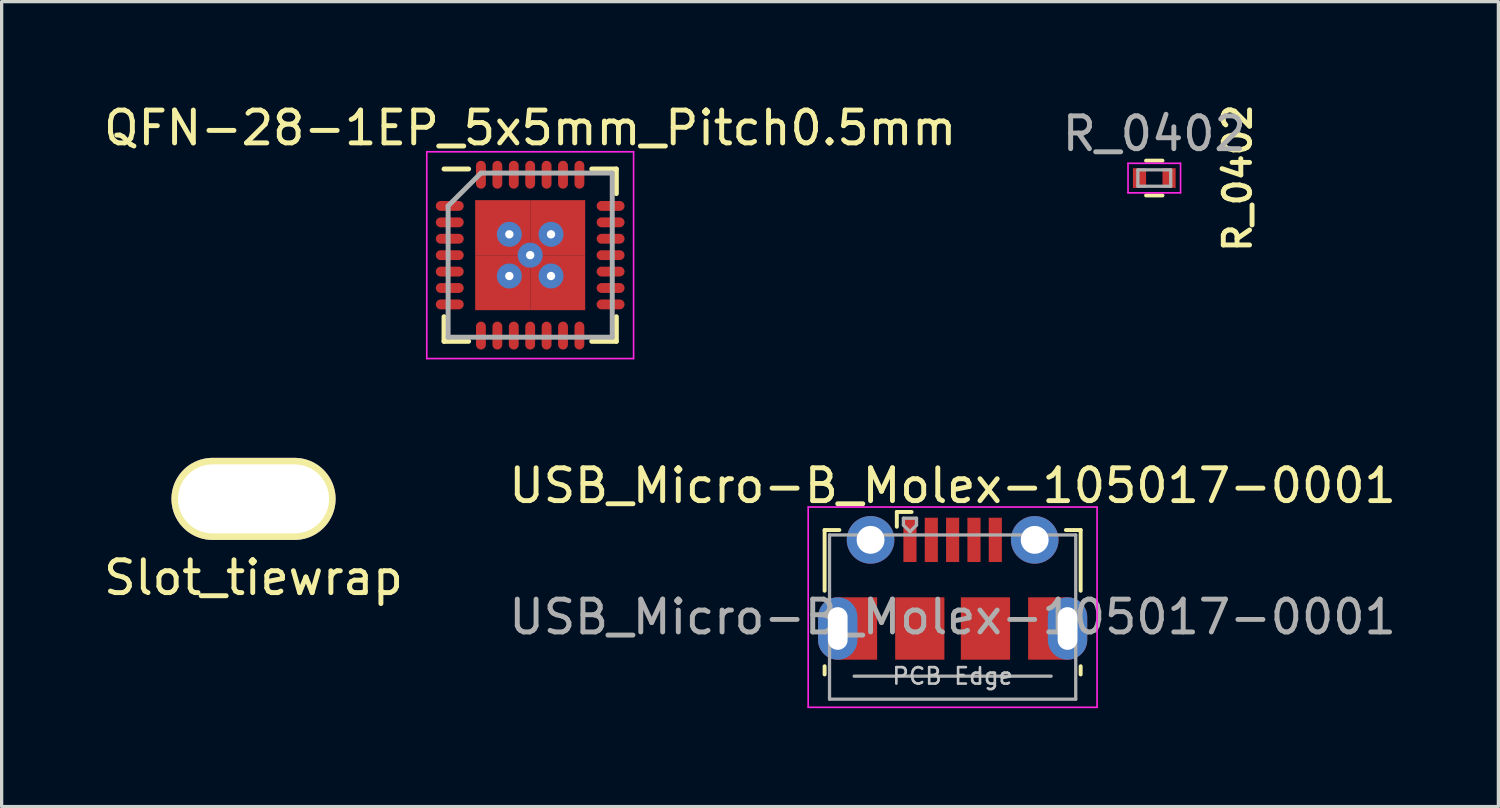
<source format=kicad_pcb>
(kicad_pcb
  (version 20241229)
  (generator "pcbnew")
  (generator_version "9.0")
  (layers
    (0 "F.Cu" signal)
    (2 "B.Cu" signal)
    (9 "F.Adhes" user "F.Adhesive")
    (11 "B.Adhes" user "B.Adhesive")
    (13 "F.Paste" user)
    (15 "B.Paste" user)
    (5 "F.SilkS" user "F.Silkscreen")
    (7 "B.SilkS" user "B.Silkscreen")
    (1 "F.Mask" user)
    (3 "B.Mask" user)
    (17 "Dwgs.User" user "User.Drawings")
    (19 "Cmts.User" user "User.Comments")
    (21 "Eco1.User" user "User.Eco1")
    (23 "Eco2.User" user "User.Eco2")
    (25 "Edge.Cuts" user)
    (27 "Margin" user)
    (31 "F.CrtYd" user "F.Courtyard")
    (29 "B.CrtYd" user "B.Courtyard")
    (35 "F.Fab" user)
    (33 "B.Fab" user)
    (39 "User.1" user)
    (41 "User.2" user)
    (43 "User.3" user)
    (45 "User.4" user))
  (footprint "USB_Micro-B_Molex-105017-0001"
    (layer "F.Cu")
    (at 25.97 15.746)
    (property "Reference" "USB_Micro-B_Molex-105017-0001" (at 0 -4 0) (layer "F.SilkS") (effects (font (size 1 1) (thickness 0.15))))
    (attr smd)
    (fp_line (start -3.9 -2.65) (end -3.45 -2.65) (stroke (width 0.12) (type solid)) (layer "F.SilkS"))
    (fp_line (start -3.9 -0.8) (end -3.9 -2.65) (stroke (width 0.12) (type solid)) (layer "F.SilkS"))
    (fp_line (start -3.9 1.75) (end -3.9 1.5) (stroke (width 0.12) (type solid)) (layer "F.SilkS"))
    (fp_line (start -1.7 -3.2) (end -1.7 -2.75) (stroke (width 0.12) (type solid)) (layer "F.SilkS"))
    (fp_line (start -1.7 -3.2) (end -1.25 -3.2) (stroke (width 0.12) (type solid)) (layer "F.SilkS"))
    (fp_line (start 3.9 -2.65) (end 3.45 -2.65) (stroke (width 0.12) (type solid)) (layer "F.SilkS"))
    (fp_line (start 3.9 -0.8) (end 3.9 -2.65) (stroke (width 0.12) (type solid)) (layer "F.SilkS"))
    (fp_line (start 3.9 1.75) (end 3.9 1.5) (stroke (width 0.12) (type solid)) (layer "F.SilkS"))
    (fp_line (start -4.4 -3.35) (end 4.4 -3.35) (stroke (width 0.05) (type solid)) (layer "F.CrtYd"))
    (fp_line (start -4.4 2.75) (end -4.4 -3.35) (stroke (width 0.05) (type solid)) (layer "F.CrtYd"))
    (fp_line (start -4.4 2.75) (end 4.4 2.75) (stroke (width 0.05) (type solid)) (layer "F.CrtYd"))
    (fp_line (start 4.4 -3.35) (end 4.4 2.75) (stroke (width 0.05) (type solid)) (layer "F.CrtYd"))
    (fp_line (start -3.75 -2.5) (end 3.75 -2.5) (stroke (width 0.1) (type solid)) (layer "F.Fab"))
    (fp_line (start -3.75 2.5) (end -3.75 -2.5) (stroke (width 0.1) (type solid)) (layer "F.Fab"))
    (fp_line (start -3.75 2.502) (end 3.75 2.502) (stroke (width 0.1) (type solid)) (layer "F.Fab"))
    (fp_line (start -3 1.802) (end 3 1.802) (stroke (width 0.1) (type solid)) (layer "F.Fab"))
    (fp_line (start -1.5 -3.01) (end -1.5 -2.8) (stroke (width 0.1) (type solid)) (layer "F.Fab"))
    (fp_line (start -1.5 -3.01) (end -1.1 -3.01) (stroke (width 0.1) (type solid)) (layer "F.Fab"))
    (fp_line (start -1.3 -2.6) (end -1.5 -2.8) (stroke (width 0.1) (type solid)) (layer "F.Fab"))
    (fp_line (start -1.1 -3.01) (end -1.1 -2.8) (stroke (width 0.1) (type solid)) (layer "F.Fab"))
    (fp_line (start -1.1 -2.8) (end -1.3 -2.6) (stroke (width 0.1) (type solid)) (layer "F.Fab"))
    (fp_line (start 3.75 2.5) (end 3.75 -2.5) (stroke (width 0.1) (type solid)) (layer "F.Fab"))
    (fp_text user "PCB Edge" (at 0 1.8 0) (layer "Dwgs.User") (effects (font (size 0.5 0.5) (thickness 0.08))))
    (fp_text user "${REFERENCE}" (at 0 0 0) (layer "F.Fab") (effects (font (size 1 1) (thickness 0.15))))
    (pad "1" smd rect (at -1.3 -2.35) (size 0.4 1.35) (layers "F.Cu" "F.Mask" "F.Paste"))
    (pad "2" smd rect (at -0.65 -2.35) (size 0.4 1.35) (layers "F.Cu" "F.Mask" "F.Paste"))
    (pad "3" smd rect (at 0 -2.35) (size 0.4 1.35) (layers "F.Cu" "F.Mask" "F.Paste"))
    (pad "4" smd rect (at 0.65 -2.35) (size 0.4 1.35) (layers "F.Cu" "F.Mask" "F.Paste"))
    (pad "5" smd rect (at 1.3 -2.35) (size 0.4 1.35) (layers "F.Cu" "F.Mask" "F.Paste"))
    (pad "6" thru_hole oval (at -3.5 0.35 180) (size 1.2 1.9) (drill oval 0.6 1.3) (layers "*.Cu" "*.Mask"))
    (pad "6" smd rect (at -2.9 0.35) (size 1.2 1.9) (layers "F.Cu" "F.Mask"))
    (pad "6" thru_hole circle (at -2.5 -2.35) (size 1.45 1.45) (drill 0.85) (layers "*.Cu" "*.Mask"))
    (pad "6" smd rect (at -1 0.35) (size 1.5 1.9) (layers "F.Cu" "F.Mask" "F.Paste"))
    (pad "6" smd rect (at 1 0.35) (size 1.5 1.9) (layers "F.Cu" "F.Mask" "F.Paste"))
    (pad "6" thru_hole circle (at 2.5 -2.35) (size 1.45 1.45) (drill 0.85) (layers "*.Cu" "*.Mask"))
    (pad "6" smd rect (at 2.9 0.35) (size 1.2 1.9) (layers "F.Cu" "F.Mask"))
    (pad "6" thru_hole oval (at 3.5 0.35) (size 1.2 1.9) (drill oval 0.6 1.3) (layers "*.Cu" "*.Mask")))
  (footprint "Slot_tiewrap"
    (layer "F.Cu")
    (at 4.673 12.148)
    (property "Reference" "Slot_tiewrap" (at 0 2.4 0) (layer "F.SilkS") (effects (font (size 1 1) (thickness 0.15))))
    (attr through_hole)
    (pad "1" thru_hole oval (at 0 0) (size 5 2.5) (drill oval 4.6 2.1) (layers "*.Cu" "*.Mask" "F.SilkS")))
  (footprint "QFN-28-1EP_5x5mm_Pitch0.5mm"
    (layer "F.Cu")
    (at 13.101 4.723)
    (property "Reference" "QFN-28-1EP_5x5mm_Pitch0.5mm" (at 0 -3.875 0) (layer "F.SilkS") (effects (font (size 1 1) (thickness 0.15))))
    (attr smd)
    (fp_line (start -2.625 -2.625) (end -1.875 -2.625) (stroke (width 0.15) (type solid)) (layer "F.SilkS"))
    (fp_line (start -2.625 2.625) (end -2.625 1.875) (stroke (width 0.15) (type solid)) (layer "F.SilkS"))
    (fp_line (start -2.625 2.625) (end -1.875 2.625) (stroke (width 0.15) (type solid)) (layer "F.SilkS"))
    (fp_line (start 2.625 -2.625) (end 1.875 -2.625) (stroke (width 0.15) (type solid)) (layer "F.SilkS"))
    (fp_line (start 2.625 -2.625) (end 2.625 -1.875) (stroke (width 0.15) (type solid)) (layer "F.SilkS"))
    (fp_line (start 2.625 2.625) (end 1.875 2.625) (stroke (width 0.15) (type solid)) (layer "F.SilkS"))
    (fp_line (start 2.625 2.625) (end 2.625 1.875) (stroke (width 0.15) (type solid)) (layer "F.SilkS"))
    (fp_line (start -3.15 -3.15) (end -3.15 3.15) (stroke (width 0.05) (type solid)) (layer "F.CrtYd"))
    (fp_line (start -3.15 -3.15) (end 3.15 -3.15) (stroke (width 0.05) (type solid)) (layer "F.CrtYd"))
    (fp_line (start -3.15 3.15) (end 3.15 3.15) (stroke (width 0.05) (type solid)) (layer "F.CrtYd"))
    (fp_line (start 3.15 -3.15) (end 3.15 3.15) (stroke (width 0.05) (type solid)) (layer "F.CrtYd"))
    (fp_line (start -2.5 -1.5) (end -1.5 -2.5) (stroke (width 0.15) (type solid)) (layer "F.Fab"))
    (fp_line (start -2.5 2.5) (end -2.5 -1.5) (stroke (width 0.15) (type solid)) (layer "F.Fab"))
    (fp_line (start -1.5 -2.5) (end 2.5 -2.5) (stroke (width 0.15) (type solid)) (layer "F.Fab"))
    (fp_line (start 2.5 -2.5) (end 2.5 2.5) (stroke (width 0.15) (type solid)) (layer "F.Fab"))
    (fp_line (start 2.5 2.5) (end -2.5 2.5) (stroke (width 0.15) (type solid)) (layer "F.Fab"))
    (pad "1" smd oval (at -2.45 -1.5) (size 0.85 0.3) (layers "F.Cu" "F.Mask" "F.Paste"))
    (pad "2" smd oval (at -2.45 -1) (size 0.85 0.3) (layers "F.Cu" "F.Mask" "F.Paste"))
    (pad "3" smd oval (at -2.45 -0.5) (size 0.85 0.3) (layers "F.Cu" "F.Mask" "F.Paste"))
    (pad "4" smd oval (at -2.45 0) (size 0.85 0.3) (layers "F.Cu" "F.Mask" "F.Paste"))
    (pad "5" smd oval (at -2.45 0.5) (size 0.85 0.3) (layers "F.Cu" "F.Mask" "F.Paste"))
    (pad "6" smd oval (at -2.45 1) (size 0.85 0.3) (layers "F.Cu" "F.Mask" "F.Paste"))
    (pad "7" smd oval (at -2.45 1.5) (size 0.85 0.3) (layers "F.Cu" "F.Mask" "F.Paste"))
    (pad "8" smd oval (at -1.5 2.45 90) (size 0.85 0.3) (layers "F.Cu" "F.Mask" "F.Paste"))
    (pad "9" smd oval (at -1 2.45 90) (size 0.85 0.3) (layers "F.Cu" "F.Mask" "F.Paste"))
    (pad "10" smd oval (at -0.5 2.45 90) (size 0.85 0.3) (layers "F.Cu" "F.Mask" "F.Paste"))
    (pad "11" smd oval (at 0 2.45 90) (size 0.85 0.3) (layers "F.Cu" "F.Mask" "F.Paste"))
    (pad "12" smd oval (at 0.5 2.45 90) (size 0.85 0.3) (layers "F.Cu" "F.Mask" "F.Paste"))
    (pad "13" smd oval (at 1 2.45 90) (size 0.85 0.3) (layers "F.Cu" "F.Mask" "F.Paste"))
    (pad "14" smd oval (at 1.5 2.45 90) (size 0.85 0.3) (layers "F.Cu" "F.Mask" "F.Paste"))
    (pad "15" smd oval (at 2.45 1.5) (size 0.85 0.3) (layers "F.Cu" "F.Mask" "F.Paste"))
    (pad "16" smd oval (at 2.45 1) (size 0.85 0.3) (layers "F.Cu" "F.Mask" "F.Paste"))
    (pad "17" smd oval (at 2.45 0.5) (size 0.85 0.3) (layers "F.Cu" "F.Mask" "F.Paste"))
    (pad "18" smd oval (at 2.45 0) (size 0.85 0.3) (layers "F.Cu" "F.Mask" "F.Paste"))
    (pad "19" smd oval (at 2.45 -0.5) (size 0.85 0.3) (layers "F.Cu" "F.Mask" "F.Paste"))
    (pad "20" smd oval (at 2.45 -1) (size 0.85 0.3) (layers "F.Cu" "F.Mask" "F.Paste"))
    (pad "21" smd oval (at 2.45 -1.5) (size 0.85 0.3) (layers "F.Cu" "F.Mask" "F.Paste"))
    (pad "22" smd oval (at 1.5 -2.45 90) (size 0.85 0.3) (layers "F.Cu" "F.Mask" "F.Paste"))
    (pad "23" smd oval (at 1 -2.45 90) (size 0.85 0.3) (layers "F.Cu" "F.Mask" "F.Paste"))
    (pad "24" smd oval (at 0.5 -2.45 90) (size 0.85 0.3) (layers "F.Cu" "F.Mask" "F.Paste"))
    (pad "25" smd oval (at 0 -2.45 90) (size 0.85 0.3) (layers "F.Cu" "F.Mask" "F.Paste"))
    (pad "26" smd oval (at -0.5 -2.45 90) (size 0.85 0.3) (layers "F.Cu" "F.Mask" "F.Paste"))
    (pad "27" smd oval (at -1 -2.45 90) (size 0.85 0.3) (layers "F.Cu" "F.Mask" "F.Paste"))
    (pad "28" smd oval (at -1.5 -2.45 90) (size 0.85 0.3) (layers "F.Cu" "F.Mask" "F.Paste"))
    (pad "29" smd rect (at -0.838 -0.838) (size 1.675 1.675) (layers "F.Cu" "F.Mask" "F.Paste"))
    (pad "29" smd rect (at -0.838 0.838) (size 1.675 1.675) (layers "F.Cu" "F.Mask" "F.Paste"))
    (pad "29" thru_hole circle (at -0.635 -0.635) (size 0.762 0.762) (drill 0.254) (layers "*.Cu" "*.Mask"))
    (pad "29" thru_hole circle (at -0.635 0.635) (size 0.762 0.762) (drill 0.254) (layers "*.Cu" "*.Mask"))
    (pad "29" thru_hole circle (at 0 0) (size 0.762 0.762) (drill 0.254) (layers "*.Cu" "*.Mask"))
    (pad "29" thru_hole circle (at 0.635 -0.635) (size 0.762 0.762) (drill 0.254) (layers "*.Cu" "*.Mask"))
    (pad "29" thru_hole circle (at 0.635 0.635) (size 0.762 0.762) (drill 0.254) (layers "*.Cu" "*.Mask"))
    (pad "29" smd rect (at 0.838 -0.838) (size 1.675 1.675) (layers "F.Cu" "F.Mask" "F.Paste"))
    (pad "29" smd rect (at 0.838 0.838) (size 1.675 1.675) (layers "F.Cu" "F.Mask" "F.Paste")))
  (footprint "R_0402"
    (layer "F.Cu")
    (at 32.113 2.374)
    (property "Reference" "R_0402" (at 2.54 0 270) (layer "F.SilkS") (effects (font (size 0.8 0.8) (thickness 0.15))))
    (attr smd)
    (fp_line (start -0.25 0.53) (end 0.25 0.53) (stroke (width 0.12) (type solid)) (layer "F.SilkS"))
    (fp_line (start 0.25 -0.53) (end -0.25 -0.53) (stroke (width 0.12) (type solid)) (layer "F.SilkS"))
    (fp_line (start -0.8 -0.45) (end -0.8 0.45) (stroke (width 0.05) (type solid)) (layer "F.CrtYd"))
    (fp_line (start -0.8 -0.45) (end 0.8 -0.45) (stroke (width 0.05) (type solid)) (layer "F.CrtYd"))
    (fp_line (start 0.8 0.45) (end -0.8 0.45) (stroke (width 0.05) (type solid)) (layer "F.CrtYd"))
    (fp_line (start 0.8 0.45) (end 0.8 -0.45) (stroke (width 0.05) (type solid)) (layer "F.CrtYd"))
    (fp_line (start -0.5 -0.25) (end 0.5 -0.25) (stroke (width 0.1) (type solid)) (layer "F.Fab"))
    (fp_line (start -0.5 0.25) (end -0.5 -0.25) (stroke (width 0.1) (type solid)) (layer "F.Fab"))
    (fp_line (start 0.5 -0.25) (end 0.5 0.25) (stroke (width 0.1) (type solid)) (layer "F.Fab"))
    (fp_line (start 0.5 0.25) (end -0.5 0.25) (stroke (width 0.1) (type solid)) (layer "F.Fab"))
    (fp_text user "${REFERENCE}" (at 0 -1.35 0) (layer "F.Fab") (effects (font (size 1 1) (thickness 0.15))))
    (pad "1" smd rect (at -0.45 0) (size 0.4 0.6) (layers "F.Cu" "F.Mask" "F.Paste"))
    (pad "2" smd rect (at 0.45 0) (size 0.4 0.6) (layers "F.Cu" "F.Mask" "F.Paste")))
  (gr_rect
    (start -3 -3)
    (end 42.595 21.521)
    (stroke (width 0.1) (type default))
    (fill no)
    (layer "Edge.Cuts")))
</source>
